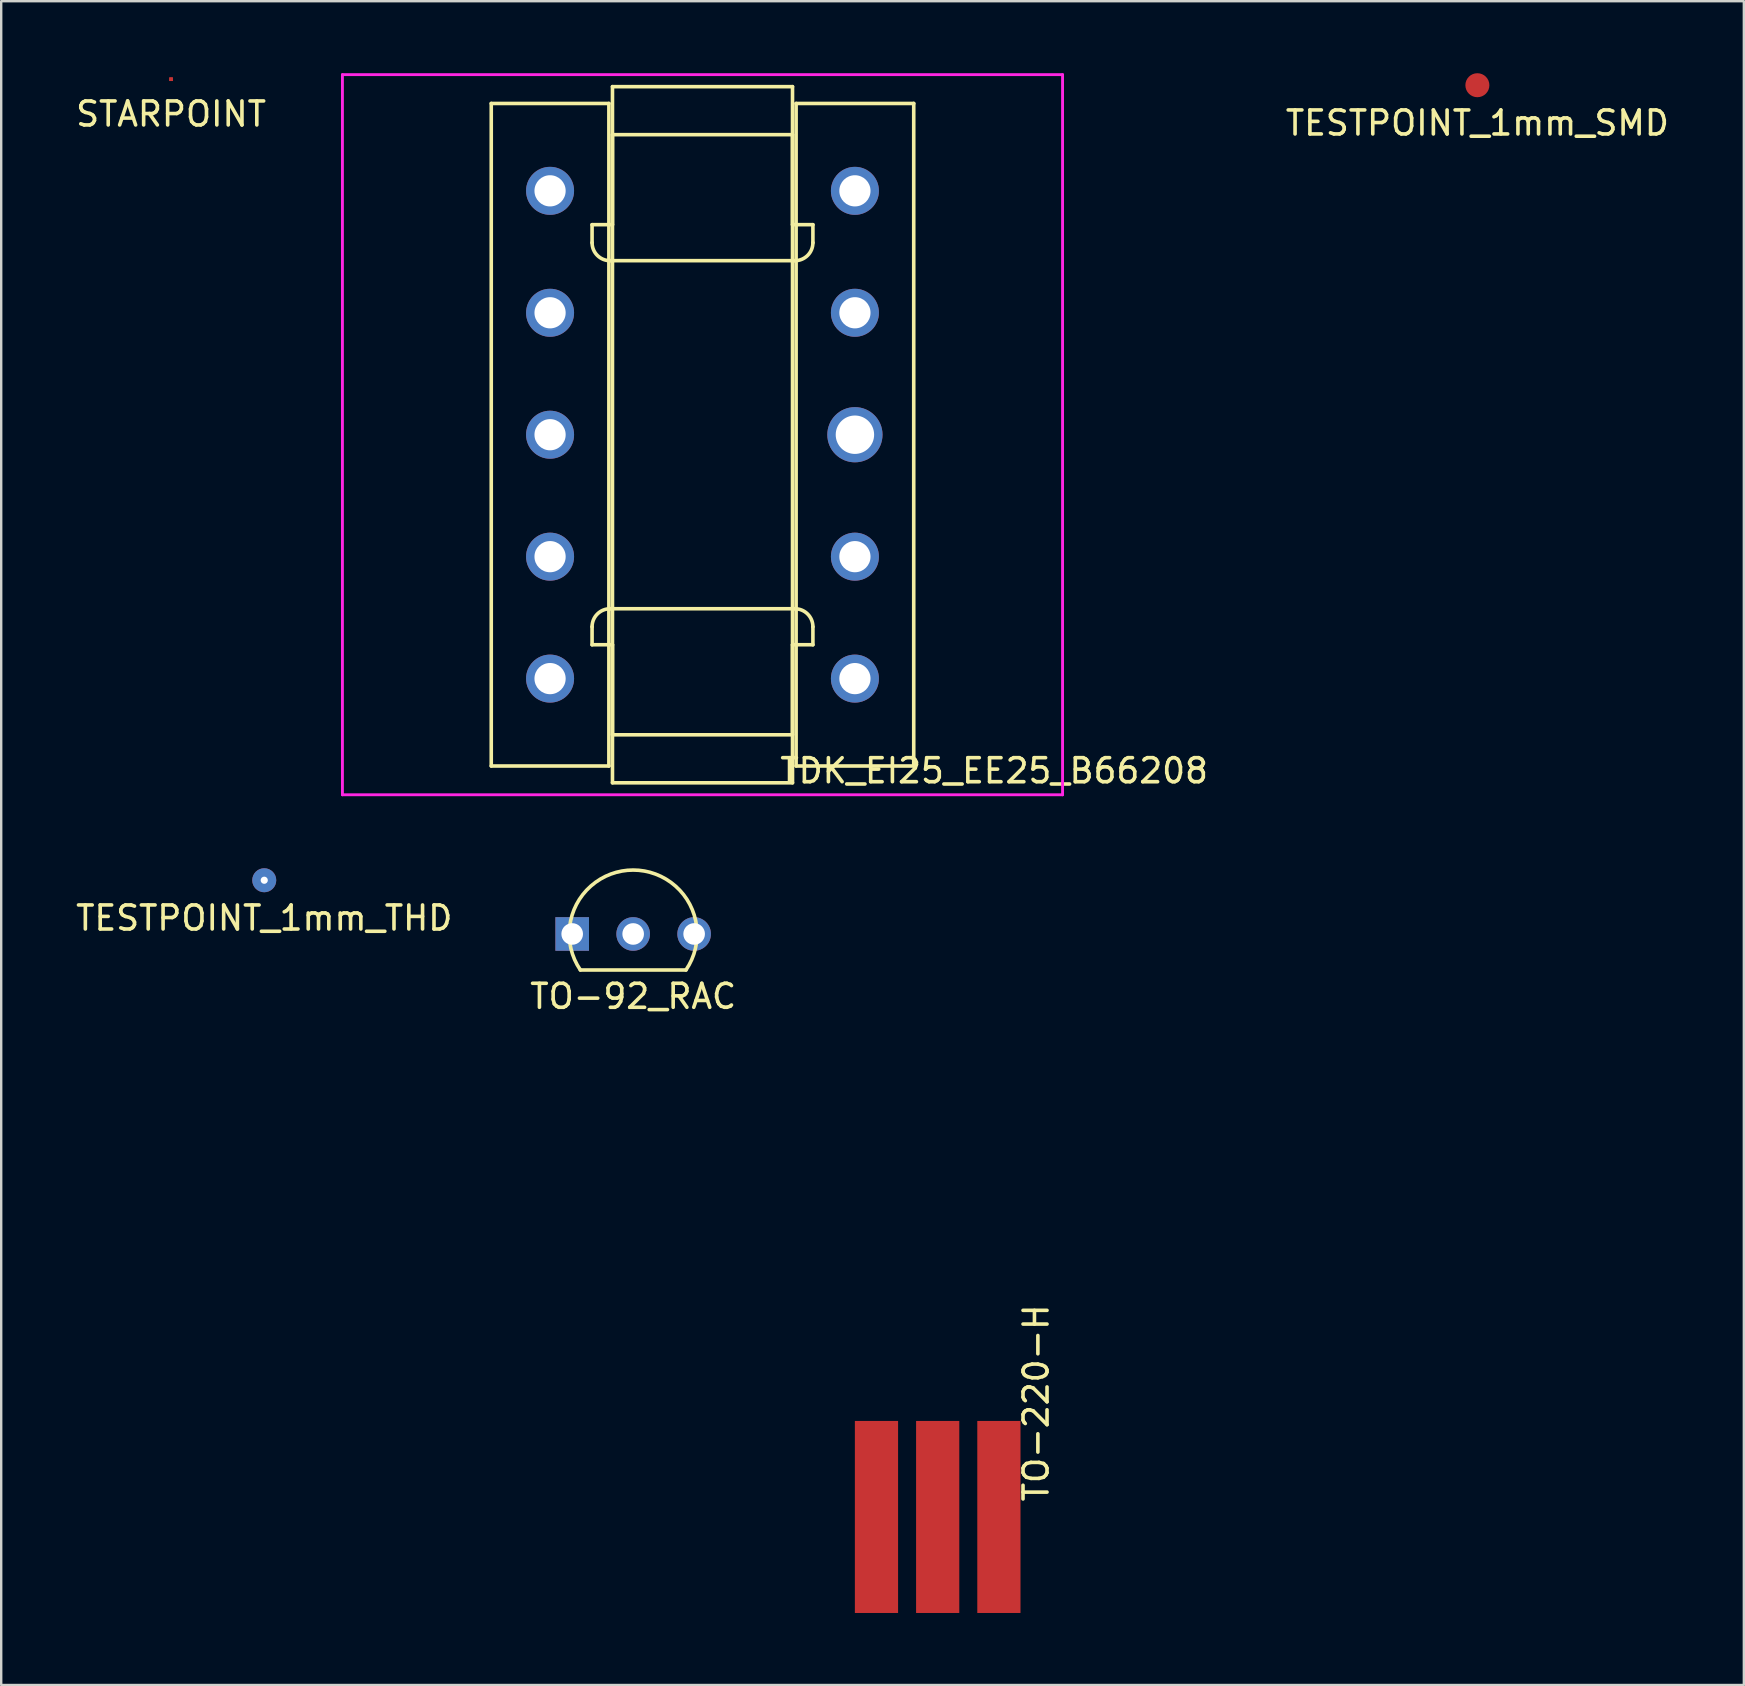
<source format=kicad_pcb>
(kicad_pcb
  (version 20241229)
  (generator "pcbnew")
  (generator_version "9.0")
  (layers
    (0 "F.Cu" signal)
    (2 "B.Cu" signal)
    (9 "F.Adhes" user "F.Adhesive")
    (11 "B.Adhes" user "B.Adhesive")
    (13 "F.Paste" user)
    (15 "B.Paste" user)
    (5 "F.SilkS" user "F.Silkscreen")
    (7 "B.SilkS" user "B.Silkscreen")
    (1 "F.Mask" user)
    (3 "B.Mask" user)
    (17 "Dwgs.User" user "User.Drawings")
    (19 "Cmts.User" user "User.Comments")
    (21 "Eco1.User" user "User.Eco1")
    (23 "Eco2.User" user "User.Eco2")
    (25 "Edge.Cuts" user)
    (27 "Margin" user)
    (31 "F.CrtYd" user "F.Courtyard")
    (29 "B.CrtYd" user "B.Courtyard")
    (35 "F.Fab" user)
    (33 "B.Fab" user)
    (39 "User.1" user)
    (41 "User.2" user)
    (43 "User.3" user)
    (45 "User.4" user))
  (footprint "TESTPOINT_1mm_THD"
    (layer "F.Cu")
    (at 7.958 33.62)
    (property "Reference" "TESTPOINT_1mm_THD" (at 0 1.575 0) (layer "F.SilkS") (effects (font (size 1 1) (thickness 0.15))))
    (attr exclude_from_pos_files exclude_from_bom)
    (pad "1" thru_hole circle (at 0 0) (size 1 1) (drill 0.3) (layers "*.Cu" "*.Paste" "*.Mask")))
  (footprint "TO-220-H"
    (layer "F.Cu")
    (at 36.013 52.945)
    (property "Reference" "TO-220-H" (at 4.1 2.45 90) (layer "F.SilkS") (effects (font (size 1 1) (thickness 0.15))))
    (attr through_hole)
    (fp_line (start -5.2 -17) (end -5.2 -3.95) (stroke (width 0.15) (type solid)) (layer "B.Paste"))
    (fp_line (start -5.2 -13.15) (end -5 -12.6) (stroke (width 0.15) (type solid)) (layer "B.Paste"))
    (fp_line (start -5.2 -13.15) (end 5.2 -13.15) (stroke (width 0.15) (type solid)) (layer "B.Paste"))
    (fp_line (start -5 -12.6) (end -4.9 -11.5) (stroke (width 0.15) (type solid)) (layer "B.Paste"))
    (fp_line (start -5 -12.6) (end 5 -12.6) (stroke (width 0.15) (type solid)) (layer "B.Paste"))
    (fp_line (start -4.9 -11.5) (end -4.9 -3.95) (stroke (width 0.15) (type solid)) (layer "B.Paste"))
    (fp_line (start -4 -19.75) (end -5.2 -17) (stroke (width 0.15) (type solid)) (layer "B.Paste"))
    (fp_line (start -3.4 0) (end -3.4 -3.95) (stroke (width 0.15) (type solid)) (layer "B.Paste"))
    (fp_line (start -3.4 0) (end -3 0) (stroke (width 0.15) (type solid)) (layer "B.Paste"))
    (fp_line (start -3 0) (end -3 10.05) (stroke (width 0.15) (type solid)) (layer "B.Paste"))
    (fp_line (start -3 10.05) (end -2.1 10.05) (stroke (width 0.15) (type solid)) (layer "B.Paste"))
    (fp_line (start -2.1 0) (end -1.7 0) (stroke (width 0.15) (type solid)) (layer "B.Paste"))
    (fp_line (start -2.1 10.05) (end -2.1 0) (stroke (width 0.15) (type solid)) (layer "B.Paste"))
    (fp_line (start -1.7 -3.95) (end -1.7 0) (stroke (width 0.15) (type solid)) (layer "B.Paste"))
    (fp_line (start -0.85 0) (end -0.85 -3.95) (stroke (width 0.15) (type solid)) (layer "B.Paste"))
    (fp_line (start -0.45 0) (end -0.85 0) (stroke (width 0.15) (type solid)) (layer "B.Paste"))
    (fp_line (start -0.45 10.05) (end -0.45 0) (stroke (width 0.15) (type solid)) (layer "B.Paste"))
    (fp_line (start 0 -19.75) (end -4 -19.75) (stroke (width 0.15) (type solid)) (layer "B.Paste"))
    (fp_line (start 0 -19.75) (end 4 -19.75) (stroke (width 0.15) (type solid)) (layer "B.Paste"))
    (fp_line (start 0.45 0) (end 0.45 10.05) (stroke (width 0.15) (type solid)) (layer "B.Paste"))
    (fp_line (start 0.45 10.05) (end -0.45 10.05) (stroke (width 0.15) (type solid)) (layer "B.Paste"))
    (fp_line (start 0.85 -3.95) (end 0.85 0) (stroke (width 0.15) (type solid)) (layer "B.Paste"))
    (fp_line (start 0.85 0) (end 0.45 0) (stroke (width 0.15) (type solid)) (layer "B.Paste"))
    (fp_line (start 1.7 0) (end 1.7 -3.95) (stroke (width 0.15) (type solid)) (layer "B.Paste"))
    (fp_line (start 2.1 0) (end 1.7 0) (stroke (width 0.15) (type solid)) (layer "B.Paste"))
    (fp_line (start 2.1 10.05) (end 2.1 0) (stroke (width 0.15) (type solid)) (layer "B.Paste"))
    (fp_line (start 3 10.05) (end 2.1 10.05) (stroke (width 0.15) (type solid)) (layer "B.Paste"))
    (fp_line (start 3 10.05) (end 3 0) (stroke (width 0.15) (type solid)) (layer "B.Paste"))
    (fp_line (start 3.4 -3.95) (end 3.4 0) (stroke (width 0.15) (type solid)) (layer "B.Paste"))
    (fp_line (start 3.4 0) (end 3 0) (stroke (width 0.15) (type solid)) (layer "B.Paste"))
    (fp_line (start 4 -19.75) (end 5.2 -17) (stroke (width 0.15) (type solid)) (layer "B.Paste"))
    (fp_line (start 4.9 -11.5) (end -4.9 -11.5) (stroke (width 0.15) (type solid)) (layer "B.Paste"))
    (fp_line (start 4.9 -11.5) (end 4.9 -3.95) (stroke (width 0.15) (type solid)) (layer "B.Paste"))
    (fp_line (start 5 -12.6) (end 4.9 -11.5) (stroke (width 0.15) (type solid)) (layer "B.Paste"))
    (fp_line (start 5.2 -13.15) (end 5 -12.6) (stroke (width 0.15) (type solid)) (layer "B.Paste"))
    (fp_line (start 5.2 -3.95) (end -5.2 -3.95) (stroke (width 0.15) (type solid)) (layer "B.Paste"))
    (fp_line (start 5.2 -3.95) (end 5.2 -17.05) (stroke (width 0.15) (type solid)) (layer "B.Paste"))
    (fp_circle (center 0 -16.4) (end 1.925 -16.4) (stroke (width 0.15) (type solid)) (fill no) (layer "B.Paste"))
    (pad "1" smd rect (at -2.55 7.2) (size 1.8 8) (layers "F.Cu" "F.Mask" "F.Paste"))
    (pad "2" smd rect (at 0 7.2) (size 1.8 8) (layers "F.Cu" "F.Mask" "F.Paste"))
    (pad "3" smd rect (at 2.55 7.2) (size 1.8 8) (layers "F.Cu" "F.Mask" "F.Paste")))
  (footprint "TESTPOINT_1mm_SMD"
    (layer "F.Cu")
    (at 58.496 0.5)
    (property "Reference" "TESTPOINT_1mm_SMD" (at 0 1.575 0) (layer "F.SilkS") (effects (font (size 1 1) (thickness 0.15))))
    (attr exclude_from_pos_files exclude_from_bom)
    (pad "1" smd circle (at 0 0) (size 1 1) (layers "F.Cu" "F.Mask" "F.Paste")))
  (footprint "STARPOINT"
    (layer "F.Cu")
    (at 4.077 0.25)
    (property "Reference" "STARPOINT" (at 0 1.45 0) (layer "F.SilkS") (effects (font (size 1 1) (thickness 0.15))))
    (attr through_hole)
    (pad "1" smd rect (at 0 0) (size 0.15 0.15) (layers "F.Cu" "F.Mask" "F.Paste"))
    (pad "2" smd rect (at 0 0) (size 0.15 0.15) (layers "F.Cu" "F.Mask" "F.Paste")))
  (footprint "TDK_EI25_EE25_B66208"
    (layer "F.Cu")
    (at 26.215 15.06)
    (property "Reference" "TDK_EI25_EE25_B66208" (at 12.15 14 0) (layer "F.SilkS") (effects (font (size 1 1) (thickness 0.15))))
    (attr through_hole)
    (fp_line (start -8.8 -13.8) (end -8.8 13.8) (stroke (width 0.15) (type solid)) (layer "F.SilkS"))
    (fp_line (start -8.8 13.8) (end -3.9 13.8) (stroke (width 0.15) (type solid)) (layer "F.SilkS"))
    (fp_line (start -4.6 -8.75) (end -4.6 -8) (stroke (width 0.15) (type solid)) (layer "F.SilkS"))
    (fp_line (start -4.6 8) (end -4.6 8.75) (stroke (width 0.15) (type solid)) (layer "F.SilkS"))
    (fp_line (start -4.6 8.75) (end -3.75 8.75) (stroke (width 0.15) (type solid)) (layer "F.SilkS"))
    (fp_line (start -3.9 -13.8) (end -8.8 -13.8) (stroke (width 0.15) (type solid)) (layer "F.SilkS"))
    (fp_line (start -3.9 13.8) (end -3.9 -13.8) (stroke (width 0.15) (type solid)) (layer "F.SilkS"))
    (fp_line (start -3.85 -7.25) (end 3.85 -7.25) (stroke (width 0.15) (type solid)) (layer "F.SilkS"))
    (fp_line (start -3.75 -14.5) (end -3.75 -8.75) (stroke (width 0.15) (type solid)) (layer "F.SilkS"))
    (fp_line (start -3.75 -12.5) (end -3.75 12.5) (stroke (width 0.15) (type solid)) (layer "F.SilkS"))
    (fp_line (start -3.75 -8.75) (end -4.6 -8.75) (stroke (width 0.15) (type solid)) (layer "F.SilkS"))
    (fp_line (start -3.75 8.75) (end -3.75 14.5) (stroke (width 0.15) (type solid)) (layer "F.SilkS"))
    (fp_line (start -3.75 12.5) (end 3.75 12.5) (stroke (width 0.15) (type solid)) (layer "F.SilkS"))
    (fp_line (start -3.75 14.5) (end 3.75 14.5) (stroke (width 0.15) (type solid)) (layer "F.SilkS"))
    (fp_line (start 3.75 -14.5) (end -3.75 -14.5) (stroke (width 0.15) (type solid)) (layer "F.SilkS"))
    (fp_line (start 3.75 -12.5) (end -3.75 -12.5) (stroke (width 0.15) (type solid)) (layer "F.SilkS"))
    (fp_line (start 3.75 -8.75) (end 3.75 -14.5) (stroke (width 0.15) (type solid)) (layer "F.SilkS"))
    (fp_line (start 3.75 8.75) (end 4.6 8.75) (stroke (width 0.15) (type solid)) (layer "F.SilkS"))
    (fp_line (start 3.75 12.5) (end 3.75 -12.5) (stroke (width 0.15) (type solid)) (layer "F.SilkS"))
    (fp_line (start 3.75 14.5) (end 3.75 8.75) (stroke (width 0.15) (type solid)) (layer "F.SilkS"))
    (fp_line (start 3.85 7.25) (end -3.85 7.25) (stroke (width 0.15) (type solid)) (layer "F.SilkS"))
    (fp_line (start 3.9 -13.8) (end 3.9 13.8) (stroke (width 0.15) (type solid)) (layer "F.SilkS"))
    (fp_line (start 3.9 13.8) (end 8.8 13.8) (stroke (width 0.15) (type solid)) (layer "F.SilkS"))
    (fp_line (start 4.6 -8.75) (end 3.75 -8.75) (stroke (width 0.15) (type solid)) (layer "F.SilkS"))
    (fp_line (start 4.6 -8) (end 4.6 -8.75) (stroke (width 0.15) (type solid)) (layer "F.SilkS"))
    (fp_line (start 4.6 8.75) (end 4.6 8) (stroke (width 0.15) (type solid)) (layer "F.SilkS"))
    (fp_line (start 8.8 -13.8) (end 3.9 -13.8) (stroke (width 0.15) (type solid)) (layer "F.SilkS"))
    (fp_line (start 8.8 13.8) (end 8.8 -13.8) (stroke (width 0.15) (type solid)) (layer "F.SilkS"))
    (fp_arc (start -4.6 8) (mid -4.38033 7.46967) (end -3.85 7.25) (stroke (width 0.15) (type solid)) (layer "F.SilkS"))
    (fp_arc (start -3.85 -7.25) (mid -4.38033 -7.46967) (end -4.6 -8) (stroke (width 0.15) (type solid)) (layer "F.SilkS"))
    (fp_arc (start 3.85 7.25) (mid 4.38033 7.46967) (end 4.6 8) (stroke (width 0.15) (type solid)) (layer "F.SilkS"))
    (fp_arc (start 4.6 -8) (mid 4.38033 -7.46967) (end 3.85 -7.25) (stroke (width 0.15) (type solid)) (layer "F.SilkS"))
    (fp_line (start -15 -15) (end 15 -15) (stroke (width 0.12) (type solid)) (layer "F.CrtYd"))
    (fp_line (start -15 15) (end -15 -15) (stroke (width 0.12) (type solid)) (layer "F.CrtYd"))
    (fp_line (start 15 -15) (end 15 15) (stroke (width 0.12) (type solid)) (layer "F.CrtYd"))
    (fp_line (start 15 15) (end -15 15) (stroke (width 0.12) (type solid)) (layer "F.CrtYd"))
    (pad "1" thru_hole circle (at -6.35 -10.16) (size 2 2) (drill 1.3) (layers "*.Cu" "*.Mask"))
    (pad "2" thru_hole circle (at -6.35 -5.08) (size 2 2) (drill 1.3) (layers "*.Cu" "*.Mask"))
    (pad "3" thru_hole circle (at -6.35 0) (size 2 2) (drill 1.3) (layers "*.Cu" "*.Mask"))
    (pad "4" thru_hole circle (at -6.35 5.08) (size 2 2) (drill 1.3) (layers "*.Cu" "*.Mask"))
    (pad "5" thru_hole circle (at -6.35 10.16) (size 2 2) (drill 1.3) (layers "*.Cu" "*.Mask"))
    (pad "6" thru_hole circle (at 6.35 10.16) (size 2 2) (drill 1.3) (layers "*.Cu" "*.Mask"))
    (pad "7" thru_hole circle (at 6.35 5.08) (size 2 2) (drill 1.3) (layers "*.Cu" "*.Mask"))
    (pad "8" thru_hole circle (at 6.35 0) (size 2.3 2.3) (drill 1.6) (layers "*.Cu" "*.Mask"))
    (pad "9" thru_hole circle (at 6.35 -5.08) (size 2 2) (drill 1.3) (layers "*.Cu" "*.Mask"))
    (pad "10" thru_hole circle (at 6.35 -10.16) (size 2 2) (drill 1.3) (layers "*.Cu" "*.Mask")))
  (footprint "TO-92_RAC"
    (layer "F.Cu")
    (at 23.327 35.858)
    (property "Reference" "TO-92_RAC" (at 0 2.6 0) (layer "F.SilkS") (effects (font (size 1 1) (thickness 0.15))))
    (attr through_hole)
    (fp_line (start -2.2 1.5) (end 2.2 1.5) (stroke (width 0.15) (type solid)) (layer "F.SilkS"))
    (fp_arc (start -2.2 1.5) (mid 0 -2.662705) (end 2.2 1.5) (stroke (width 0.15) (type solid)) (layer "F.SilkS"))
    (pad "A" thru_hole circle (at 0 0) (size 1.4 1.4) (drill 0.9) (layers "*.Cu" "*.Mask"))
    (pad "C" thru_hole circle (at 2.54 0) (size 1.4 1.4) (drill 0.9) (layers "*.Cu" "*.Mask"))
    (pad "R" thru_hole rect (at -2.54 0 90) (size 1.4 1.4) (drill 0.9) (layers "*.Cu" "*.Mask")))
  (gr_rect
    (start -3 -3)
    (end 69.597 67.145)
    (stroke (width 0.1) (type default))
    (fill no)
    (layer "Edge.Cuts")))
</source>
